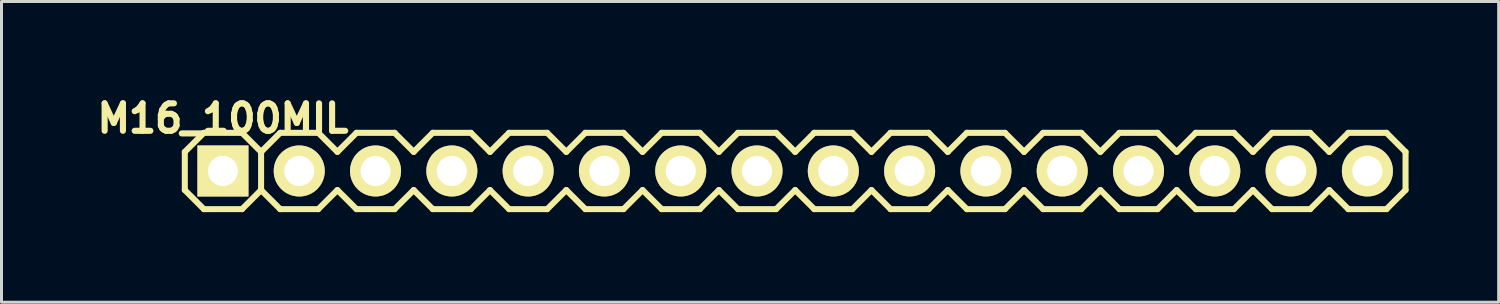
<source format=kicad_pcb>
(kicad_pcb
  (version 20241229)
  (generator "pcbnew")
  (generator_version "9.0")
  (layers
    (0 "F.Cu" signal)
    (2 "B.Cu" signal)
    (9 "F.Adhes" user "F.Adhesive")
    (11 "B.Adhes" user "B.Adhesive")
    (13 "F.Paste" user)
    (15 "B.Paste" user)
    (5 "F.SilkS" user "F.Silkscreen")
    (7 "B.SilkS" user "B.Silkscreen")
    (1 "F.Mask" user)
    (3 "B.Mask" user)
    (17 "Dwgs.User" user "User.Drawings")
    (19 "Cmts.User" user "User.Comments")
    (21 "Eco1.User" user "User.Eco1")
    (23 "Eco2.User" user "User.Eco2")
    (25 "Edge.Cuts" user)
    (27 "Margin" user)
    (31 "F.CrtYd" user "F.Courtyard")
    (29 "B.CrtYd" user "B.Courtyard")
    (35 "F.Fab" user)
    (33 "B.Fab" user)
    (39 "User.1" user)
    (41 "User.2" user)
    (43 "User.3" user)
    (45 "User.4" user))
  (footprint "M16_100MIL"
    (layer "F.Cu")
    (at 4.372 2.642)
    (property "Reference" "M16_100MIL" (at 0 -1.75 0) (layer "F.SilkS") (effects (font (size 0.914 0.914) (thickness 0.203))))
    (attr through_hole)
    (fp_line (start -1.27 -0.635) (end -0.635 -1.27) (stroke (width 0.201) (type solid)) (layer "F.SilkS"))
    (fp_line (start -1.27 0.635) (end -1.27 -0.635) (stroke (width 0.201) (type solid)) (layer "F.SilkS"))
    (fp_line (start -0.635 -1.27) (end 0.635 -1.27) (stroke (width 0.201) (type solid)) (layer "F.SilkS"))
    (fp_line (start -0.635 1.27) (end -1.27 0.635) (stroke (width 0.201) (type solid)) (layer "F.SilkS"))
    (fp_line (start 0.635 -1.27) (end 1.27 -0.635) (stroke (width 0.201) (type solid)) (layer "F.SilkS"))
    (fp_line (start 0.635 1.27) (end -0.635 1.27) (stroke (width 0.201) (type solid)) (layer "F.SilkS"))
    (fp_line (start 1.27 -0.635) (end 1.27 0.635) (stroke (width 0.201) (type solid)) (layer "F.SilkS"))
    (fp_line (start 1.27 -0.635) (end 1.905 -1.27) (stroke (width 0.201) (type solid)) (layer "F.SilkS"))
    (fp_line (start 1.27 0.635) (end 0.635 1.27) (stroke (width 0.201) (type solid)) (layer "F.SilkS"))
    (fp_line (start 1.905 -1.27) (end 3.175 -1.27) (stroke (width 0.201) (type solid)) (layer "F.SilkS"))
    (fp_line (start 1.905 1.27) (end 1.27 0.635) (stroke (width 0.201) (type solid)) (layer "F.SilkS"))
    (fp_line (start 3.175 -1.27) (end 3.81 -0.635) (stroke (width 0.201) (type solid)) (layer "F.SilkS"))
    (fp_line (start 3.175 1.27) (end 1.905 1.27) (stroke (width 0.201) (type solid)) (layer "F.SilkS"))
    (fp_line (start 3.81 -0.635) (end 4.445 -1.27) (stroke (width 0.201) (type solid)) (layer "F.SilkS"))
    (fp_line (start 3.81 0.635) (end 3.175 1.27) (stroke (width 0.201) (type solid)) (layer "F.SilkS"))
    (fp_line (start 4.445 -1.27) (end 5.715 -1.27) (stroke (width 0.201) (type solid)) (layer "F.SilkS"))
    (fp_line (start 4.445 1.27) (end 3.81 0.635) (stroke (width 0.201) (type solid)) (layer "F.SilkS"))
    (fp_line (start 5.715 -1.27) (end 6.35 -0.635) (stroke (width 0.201) (type solid)) (layer "F.SilkS"))
    (fp_line (start 5.715 1.27) (end 4.445 1.27) (stroke (width 0.201) (type solid)) (layer "F.SilkS"))
    (fp_line (start 6.35 -0.635) (end 6.985 -1.27) (stroke (width 0.201) (type solid)) (layer "F.SilkS"))
    (fp_line (start 6.35 0.635) (end 5.715 1.27) (stroke (width 0.201) (type solid)) (layer "F.SilkS"))
    (fp_line (start 6.985 -1.27) (end 8.255 -1.27) (stroke (width 0.201) (type solid)) (layer "F.SilkS"))
    (fp_line (start 6.985 1.27) (end 6.35 0.635) (stroke (width 0.201) (type solid)) (layer "F.SilkS"))
    (fp_line (start 8.255 -1.27) (end 8.89 -0.635) (stroke (width 0.201) (type solid)) (layer "F.SilkS"))
    (fp_line (start 8.255 1.27) (end 6.985 1.27) (stroke (width 0.201) (type solid)) (layer "F.SilkS"))
    (fp_line (start 8.89 -0.635) (end 9.525 -1.27) (stroke (width 0.201) (type solid)) (layer "F.SilkS"))
    (fp_line (start 8.89 0.635) (end 8.255 1.27) (stroke (width 0.201) (type solid)) (layer "F.SilkS"))
    (fp_line (start 9.525 -1.27) (end 10.795 -1.27) (stroke (width 0.201) (type solid)) (layer "F.SilkS"))
    (fp_line (start 9.525 1.27) (end 8.89 0.635) (stroke (width 0.201) (type solid)) (layer "F.SilkS"))
    (fp_line (start 10.795 -1.27) (end 11.43 -0.635) (stroke (width 0.201) (type solid)) (layer "F.SilkS"))
    (fp_line (start 10.795 1.27) (end 9.525 1.27) (stroke (width 0.201) (type solid)) (layer "F.SilkS"))
    (fp_line (start 11.43 -0.635) (end 12.065 -1.27) (stroke (width 0.201) (type solid)) (layer "F.SilkS"))
    (fp_line (start 11.43 0.635) (end 10.795 1.27) (stroke (width 0.201) (type solid)) (layer "F.SilkS"))
    (fp_line (start 12.065 -1.27) (end 13.335 -1.27) (stroke (width 0.201) (type solid)) (layer "F.SilkS"))
    (fp_line (start 12.065 1.27) (end 11.43 0.635) (stroke (width 0.201) (type solid)) (layer "F.SilkS"))
    (fp_line (start 13.335 -1.27) (end 13.97 -0.635) (stroke (width 0.201) (type solid)) (layer "F.SilkS"))
    (fp_line (start 13.335 1.27) (end 12.065 1.27) (stroke (width 0.201) (type solid)) (layer "F.SilkS"))
    (fp_line (start 13.97 -0.635) (end 14.605 -1.27) (stroke (width 0.201) (type solid)) (layer "F.SilkS"))
    (fp_line (start 13.97 0.635) (end 13.335 1.27) (stroke (width 0.201) (type solid)) (layer "F.SilkS"))
    (fp_line (start 14.605 -1.27) (end 15.875 -1.27) (stroke (width 0.201) (type solid)) (layer "F.SilkS"))
    (fp_line (start 14.605 1.27) (end 13.97 0.635) (stroke (width 0.201) (type solid)) (layer "F.SilkS"))
    (fp_line (start 15.875 -1.27) (end 16.51 -0.635) (stroke (width 0.201) (type solid)) (layer "F.SilkS"))
    (fp_line (start 15.875 1.27) (end 14.605 1.27) (stroke (width 0.201) (type solid)) (layer "F.SilkS"))
    (fp_line (start 16.51 -0.635) (end 17.145 -1.27) (stroke (width 0.201) (type solid)) (layer "F.SilkS"))
    (fp_line (start 16.51 0.635) (end 15.875 1.27) (stroke (width 0.201) (type solid)) (layer "F.SilkS"))
    (fp_line (start 17.145 -1.27) (end 18.415 -1.27) (stroke (width 0.201) (type solid)) (layer "F.SilkS"))
    (fp_line (start 17.145 1.27) (end 16.51 0.635) (stroke (width 0.201) (type solid)) (layer "F.SilkS"))
    (fp_line (start 18.415 -1.27) (end 19.05 -0.635) (stroke (width 0.201) (type solid)) (layer "F.SilkS"))
    (fp_line (start 18.415 1.27) (end 17.145 1.27) (stroke (width 0.201) (type solid)) (layer "F.SilkS"))
    (fp_line (start 19.05 -0.635) (end 19.685 -1.27) (stroke (width 0.201) (type solid)) (layer "F.SilkS"))
    (fp_line (start 19.05 0.635) (end 18.415 1.27) (stroke (width 0.201) (type solid)) (layer "F.SilkS"))
    (fp_line (start 19.685 -1.27) (end 20.955 -1.27) (stroke (width 0.201) (type solid)) (layer "F.SilkS"))
    (fp_line (start 19.685 1.27) (end 19.05 0.635) (stroke (width 0.201) (type solid)) (layer "F.SilkS"))
    (fp_line (start 20.955 -1.27) (end 21.59 -0.635) (stroke (width 0.201) (type solid)) (layer "F.SilkS"))
    (fp_line (start 20.955 1.27) (end 19.685 1.27) (stroke (width 0.201) (type solid)) (layer "F.SilkS"))
    (fp_line (start 21.59 -0.635) (end 22.225 -1.27) (stroke (width 0.201) (type solid)) (layer "F.SilkS"))
    (fp_line (start 21.59 0.635) (end 20.955 1.27) (stroke (width 0.201) (type solid)) (layer "F.SilkS"))
    (fp_line (start 22.225 -1.27) (end 23.495 -1.27) (stroke (width 0.201) (type solid)) (layer "F.SilkS"))
    (fp_line (start 22.225 1.27) (end 21.59 0.635) (stroke (width 0.201) (type solid)) (layer "F.SilkS"))
    (fp_line (start 23.495 -1.27) (end 24.13 -0.635) (stroke (width 0.201) (type solid)) (layer "F.SilkS"))
    (fp_line (start 23.495 1.27) (end 22.225 1.27) (stroke (width 0.201) (type solid)) (layer "F.SilkS"))
    (fp_line (start 24.13 -0.635) (end 24.765 -1.27) (stroke (width 0.201) (type solid)) (layer "F.SilkS"))
    (fp_line (start 24.13 0.635) (end 23.495 1.27) (stroke (width 0.201) (type solid)) (layer "F.SilkS"))
    (fp_line (start 24.765 -1.27) (end 26.035 -1.27) (stroke (width 0.201) (type solid)) (layer "F.SilkS"))
    (fp_line (start 24.765 1.27) (end 24.13 0.635) (stroke (width 0.201) (type solid)) (layer "F.SilkS"))
    (fp_line (start 26.035 -1.27) (end 26.67 -0.635) (stroke (width 0.201) (type solid)) (layer "F.SilkS"))
    (fp_line (start 26.035 1.27) (end 24.765 1.27) (stroke (width 0.201) (type solid)) (layer "F.SilkS"))
    (fp_line (start 26.67 -0.635) (end 27.305 -1.27) (stroke (width 0.201) (type solid)) (layer "F.SilkS"))
    (fp_line (start 26.67 0.635) (end 26.035 1.27) (stroke (width 0.201) (type solid)) (layer "F.SilkS"))
    (fp_line (start 27.305 -1.27) (end 28.575 -1.27) (stroke (width 0.201) (type solid)) (layer "F.SilkS"))
    (fp_line (start 27.305 1.27) (end 26.67 0.635) (stroke (width 0.201) (type solid)) (layer "F.SilkS"))
    (fp_line (start 28.575 -1.27) (end 29.21 -0.635) (stroke (width 0.201) (type solid)) (layer "F.SilkS"))
    (fp_line (start 28.575 1.27) (end 27.305 1.27) (stroke (width 0.201) (type solid)) (layer "F.SilkS"))
    (fp_line (start 29.21 -0.635) (end 29.845 -1.27) (stroke (width 0.201) (type solid)) (layer "F.SilkS"))
    (fp_line (start 29.21 0.635) (end 28.575 1.27) (stroke (width 0.201) (type solid)) (layer "F.SilkS"))
    (fp_line (start 29.845 -1.27) (end 31.115 -1.27) (stroke (width 0.201) (type solid)) (layer "F.SilkS"))
    (fp_line (start 29.845 1.27) (end 29.21 0.635) (stroke (width 0.201) (type solid)) (layer "F.SilkS"))
    (fp_line (start 31.115 -1.27) (end 31.75 -0.635) (stroke (width 0.201) (type solid)) (layer "F.SilkS"))
    (fp_line (start 31.115 1.27) (end 29.845 1.27) (stroke (width 0.201) (type solid)) (layer "F.SilkS"))
    (fp_line (start 31.75 -0.635) (end 32.385 -1.27) (stroke (width 0.201) (type solid)) (layer "F.SilkS"))
    (fp_line (start 31.75 0.635) (end 31.115 1.27) (stroke (width 0.201) (type solid)) (layer "F.SilkS"))
    (fp_line (start 32.385 -1.27) (end 33.655 -1.27) (stroke (width 0.201) (type solid)) (layer "F.SilkS"))
    (fp_line (start 32.385 1.27) (end 31.75 0.635) (stroke (width 0.201) (type solid)) (layer "F.SilkS"))
    (fp_line (start 33.655 -1.27) (end 34.29 -0.635) (stroke (width 0.201) (type solid)) (layer "F.SilkS"))
    (fp_line (start 33.655 1.27) (end 32.385 1.27) (stroke (width 0.201) (type solid)) (layer "F.SilkS"))
    (fp_line (start 34.29 -0.635) (end 34.925 -1.27) (stroke (width 0.201) (type solid)) (layer "F.SilkS"))
    (fp_line (start 34.29 0.635) (end 33.655 1.27) (stroke (width 0.201) (type solid)) (layer "F.SilkS"))
    (fp_line (start 34.925 -1.27) (end 36.195 -1.27) (stroke (width 0.201) (type solid)) (layer "F.SilkS"))
    (fp_line (start 34.925 1.27) (end 34.29 0.635) (stroke (width 0.201) (type solid)) (layer "F.SilkS"))
    (fp_line (start 36.195 -1.27) (end 36.83 -0.635) (stroke (width 0.201) (type solid)) (layer "F.SilkS"))
    (fp_line (start 36.195 1.27) (end 34.925 1.27) (stroke (width 0.201) (type solid)) (layer "F.SilkS"))
    (fp_line (start 36.83 -0.635) (end 37.465 -1.27) (stroke (width 0.201) (type solid)) (layer "F.SilkS"))
    (fp_line (start 36.83 0.635) (end 36.195 1.27) (stroke (width 0.201) (type solid)) (layer "F.SilkS"))
    (fp_line (start 37.465 -1.27) (end 38.735 -1.27) (stroke (width 0.201) (type solid)) (layer "F.SilkS"))
    (fp_line (start 37.465 1.27) (end 36.83 0.635) (stroke (width 0.201) (type solid)) (layer "F.SilkS"))
    (fp_line (start 38.735 -1.27) (end 39.37 -0.635) (stroke (width 0.201) (type solid)) (layer "F.SilkS"))
    (fp_line (start 38.735 1.27) (end 37.465 1.27) (stroke (width 0.201) (type solid)) (layer "F.SilkS"))
    (fp_line (start 39.37 -0.635) (end 39.37 0.635) (stroke (width 0.201) (type solid)) (layer "F.SilkS"))
    (fp_line (start 39.37 0.635) (end 38.735 1.27) (stroke (width 0.201) (type solid)) (layer "F.SilkS"))
    (pad "1" thru_hole rect (at 0 0) (size 1.699 1.699) (drill 1.001) (layers "*.Cu" "*.Mask" "F.SilkS"))
    (pad "2" thru_hole circle (at 2.54 0) (size 1.699 1.699) (drill 1.001) (layers "*.Cu" "*.Mask" "F.SilkS"))
    (pad "3" thru_hole circle (at 5.08 0) (size 1.699 1.699) (drill 1.001) (layers "*.Cu" "*.Mask" "F.SilkS"))
    (pad "4" thru_hole circle (at 7.62 0) (size 1.699 1.699) (drill 1.001) (layers "*.Cu" "*.Mask" "F.SilkS"))
    (pad "5" thru_hole circle (at 10.16 0) (size 1.699 1.699) (drill 1.001) (layers "*.Cu" "*.Mask" "F.SilkS"))
    (pad "6" thru_hole circle (at 12.7 0) (size 1.699 1.699) (drill 1.001) (layers "*.Cu" "*.Mask" "F.SilkS"))
    (pad "7" thru_hole circle (at 15.24 0) (size 1.699 1.699) (drill 1.001) (layers "*.Cu" "*.Mask" "F.SilkS"))
    (pad "8" thru_hole circle (at 17.78 0) (size 1.699 1.699) (drill 1.001) (layers "*.Cu" "*.Mask" "F.SilkS"))
    (pad "9" thru_hole circle (at 20.32 0) (size 1.699 1.699) (drill 1.001) (layers "*.Cu" "*.Mask" "F.SilkS"))
    (pad "10" thru_hole circle (at 22.86 0) (size 1.699 1.699) (drill 1.001) (layers "*.Cu" "*.Mask" "F.SilkS"))
    (pad "11" thru_hole circle (at 25.4 0) (size 1.699 1.699) (drill 1.001) (layers "*.Cu" "*.Mask" "F.SilkS"))
    (pad "12" thru_hole circle (at 27.94 0) (size 1.699 1.699) (drill 1.001) (layers "*.Cu" "*.Mask" "F.SilkS"))
    (pad "13" thru_hole circle (at 30.48 0) (size 1.699 1.699) (drill 1.001) (layers "*.Cu" "*.Mask" "F.SilkS"))
    (pad "14" thru_hole circle (at 33.02 0) (size 1.699 1.699) (drill 1.001) (layers "*.Cu" "*.Mask" "F.SilkS"))
    (pad "15" thru_hole circle (at 35.56 0) (size 1.699 1.699) (drill 1.001) (layers "*.Cu" "*.Mask" "F.SilkS"))
    (pad "16" thru_hole circle (at 38.1 0) (size 1.699 1.699) (drill 1.001) (layers "*.Cu" "*.Mask" "F.SilkS")))
  (gr_rect
    (start -3 -3)
    (end 46.842 7.012)
    (stroke (width 0.1) (type default))
    (fill no)
    (layer "Edge.Cuts")))
</source>
